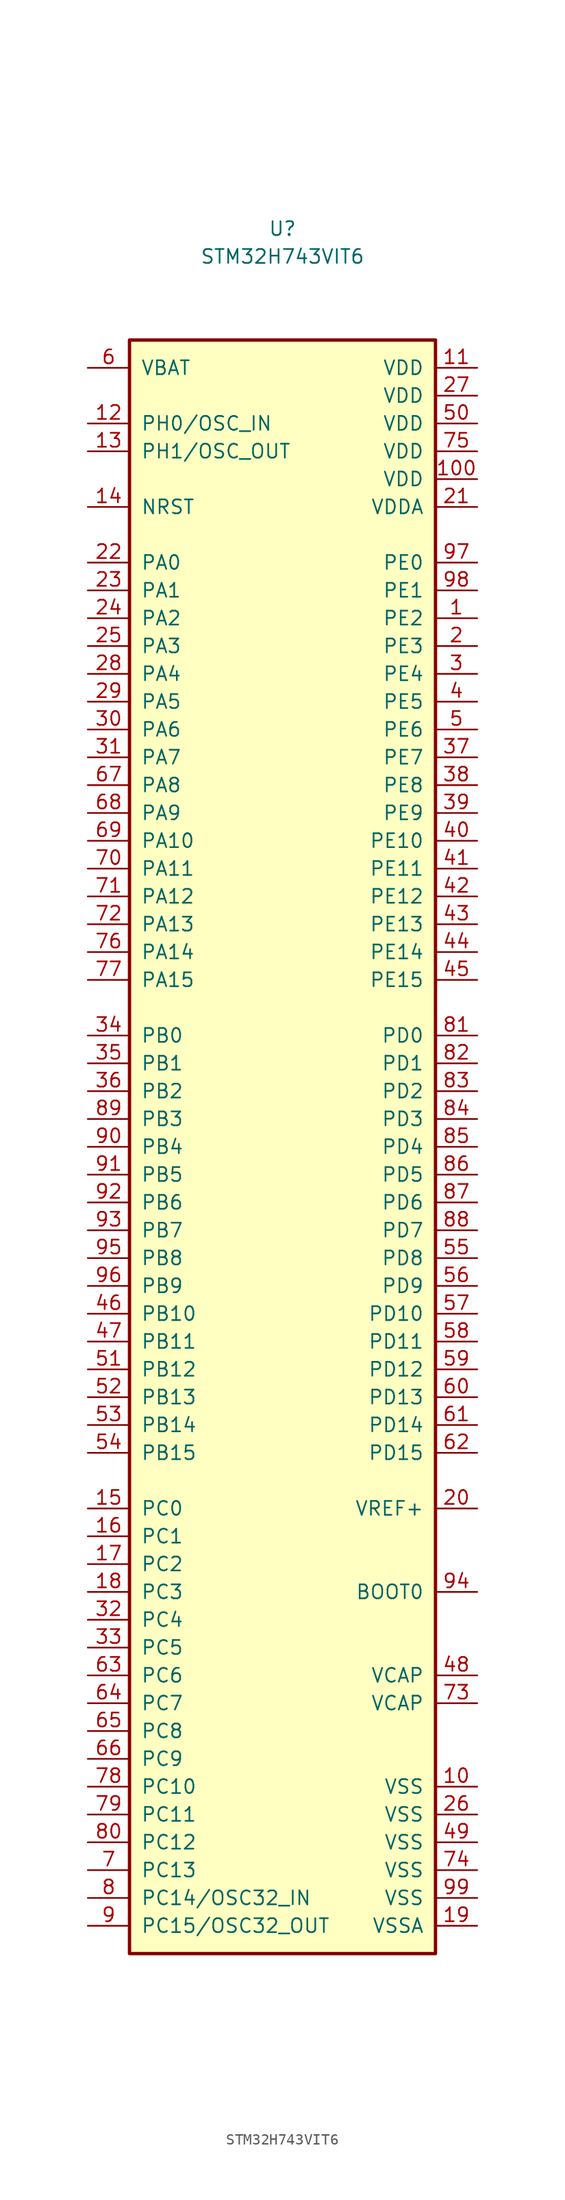
<source format=kicad_sym>
(kicad_symbol_lib
  (version 20211014)
  (generator kicad_symbol_editor)
  (symbol "STM32H743VIT6"
    (pin_names
      (offset 1.016))
    (property "Reference" "U"
      (at 0 83.82 0)
      (effects (font (size 1.27 1.27))))
    (property "Value" "STM32H743VIT6"
      (at 0 81.28 0)
      (effects (font (size 1.27 1.27))))
    (symbol "STM32H743VIT6_0_1"
      (rectangle (start -13.97 73.66) (end 13.97 -73.66) (stroke (width 0.305) (type default) (color 0 0 0 0)) (fill (type background))))
    (symbol "STM32H743VIT6_1_1"
      (pin bidirectional line (at 17.78 48.26 180) (length 3.81) (name "PE2" (effects (font (size 1.27 1.27)))) (number "1" (effects (font (size 1.27 1.27)))))
      (pin power_in line (at 17.78 -58.42 180) (length 3.81) (name "VSS" (effects (font (size 1.27 1.27)))) (number "10" (effects (font (size 1.27 1.27)))))
      (pin power_in line (at 17.78 60.96 180) (length 3.81) (name "VDD" (effects (font (size 1.27 1.27)))) (number "100" (effects (font (size 1.27 1.27)))))
      (pin power_in line (at 17.78 71.12 180) (length 3.81) (name "VDD" (effects (font (size 1.27 1.27)))) (number "11" (effects (font (size 1.27 1.27)))))
      (pin bidirectional line (at -17.78 66.04 0) (length 3.81) (name "PH0/OSC_IN" (effects (font (size 1.27 1.27)))) (number "12" (effects (font (size 1.27 1.27)))))
      (pin bidirectional line (at -17.78 63.5 0) (length 3.81) (name "PH1/OSC_OUT" (effects (font (size 1.27 1.27)))) (number "13" (effects (font (size 1.27 1.27)))))
      (pin input line (at -17.78 58.42 0) (length 3.81) (name "NRST" (effects (font (size 1.27 1.27)))) (number "14" (effects (font (size 1.27 1.27)))))
      (pin bidirectional line (at -17.78 -33.02 0) (length 3.81) (name "PC0" (effects (font (size 1.27 1.27)))) (number "15" (effects (font (size 1.27 1.27)))))
      (pin bidirectional line (at -17.78 -35.56 0) (length 3.81) (name "PC1" (effects (font (size 1.27 1.27)))) (number "16" (effects (font (size 1.27 1.27)))))
      (pin bidirectional line (at -17.78 -38.1 0) (length 3.81) (name "PC2" (effects (font (size 1.27 1.27)))) (number "17" (effects (font (size 1.27 1.27)))))
      (pin bidirectional line (at -17.78 -40.64 0) (length 3.81) (name "PC3" (effects (font (size 1.27 1.27)))) (number "18" (effects (font (size 1.27 1.27)))))
      (pin power_in line (at 17.78 -71.12 180) (length 3.81) (name "VSSA" (effects (font (size 1.27 1.27)))) (number "19" (effects (font (size 1.27 1.27)))))
      (pin bidirectional line (at 17.78 45.72 180) (length 3.81) (name "PE3" (effects (font (size 1.27 1.27)))) (number "2" (effects (font (size 1.27 1.27)))))
      (pin power_in line (at 17.78 -33.02 180) (length 3.81) (name "VREF+" (effects (font (size 1.27 1.27)))) (number "20" (effects (font (size 1.27 1.27)))))
      (pin power_in line (at 17.78 58.42 180) (length 3.81) (name "VDDA" (effects (font (size 1.27 1.27)))) (number "21" (effects (font (size 1.27 1.27)))))
      (pin bidirectional line (at -17.78 53.34 0) (length 3.81) (name "PA0" (effects (font (size 1.27 1.27)))) (number "22" (effects (font (size 1.27 1.27)))))
      (pin bidirectional line (at -17.78 50.8 0) (length 3.81) (name "PA1" (effects (font (size 1.27 1.27)))) (number "23" (effects (font (size 1.27 1.27)))))
      (pin bidirectional line (at -17.78 48.26 0) (length 3.81) (name "PA2" (effects (font (size 1.27 1.27)))) (number "24" (effects (font (size 1.27 1.27)))))
      (pin bidirectional line (at -17.78 45.72 0) (length 3.81) (name "PA3" (effects (font (size 1.27 1.27)))) (number "25" (effects (font (size 1.27 1.27)))))
      (pin power_in line (at 17.78 -60.96 180) (length 3.81) (name "VSS" (effects (font (size 1.27 1.27)))) (number "26" (effects (font (size 1.27 1.27)))))
      (pin power_in line (at 17.78 68.58 180) (length 3.81) (name "VDD" (effects (font (size 1.27 1.27)))) (number "27" (effects (font (size 1.27 1.27)))))
      (pin bidirectional line (at -17.78 43.18 0) (length 3.81) (name "PA4" (effects (font (size 1.27 1.27)))) (number "28" (effects (font (size 1.27 1.27)))))
      (pin bidirectional line (at -17.78 40.64 0) (length 3.81) (name "PA5" (effects (font (size 1.27 1.27)))) (number "29" (effects (font (size 1.27 1.27)))))
      (pin bidirectional line (at 17.78 43.18 180) (length 3.81) (name "PE4" (effects (font (size 1.27 1.27)))) (number "3" (effects (font (size 1.27 1.27)))))
      (pin bidirectional line (at -17.78 38.1 0) (length 3.81) (name "PA6" (effects (font (size 1.27 1.27)))) (number "30" (effects (font (size 1.27 1.27)))))
      (pin bidirectional line (at -17.78 35.56 0) (length 3.81) (name "PA7" (effects (font (size 1.27 1.27)))) (number "31" (effects (font (size 1.27 1.27)))))
      (pin bidirectional line (at -17.78 -43.18 0) (length 3.81) (name "PC4" (effects (font (size 1.27 1.27)))) (number "32" (effects (font (size 1.27 1.27)))))
      (pin bidirectional line (at -17.78 -45.72 0) (length 3.81) (name "PC5" (effects (font (size 1.27 1.27)))) (number "33" (effects (font (size 1.27 1.27)))))
      (pin bidirectional line (at -17.78 10.16 0) (length 3.81) (name "PB0" (effects (font (size 1.27 1.27)))) (number "34" (effects (font (size 1.27 1.27)))))
      (pin bidirectional line (at -17.78 7.62 0) (length 3.81) (name "PB1" (effects (font (size 1.27 1.27)))) (number "35" (effects (font (size 1.27 1.27)))))
      (pin bidirectional line (at -17.78 5.08 0) (length 3.81) (name "PB2" (effects (font (size 1.27 1.27)))) (number "36" (effects (font (size 1.27 1.27)))))
      (pin bidirectional line (at 17.78 35.56 180) (length 3.81) (name "PE7" (effects (font (size 1.27 1.27)))) (number "37" (effects (font (size 1.27 1.27)))))
      (pin bidirectional line (at 17.78 33.02 180) (length 3.81) (name "PE8" (effects (font (size 1.27 1.27)))) (number "38" (effects (font (size 1.27 1.27)))))
      (pin bidirectional line (at 17.78 30.48 180) (length 3.81) (name "PE9" (effects (font (size 1.27 1.27)))) (number "39" (effects (font (size 1.27 1.27)))))
      (pin bidirectional line (at 17.78 40.64 180) (length 3.81) (name "PE5" (effects (font (size 1.27 1.27)))) (number "4" (effects (font (size 1.27 1.27)))))
      (pin bidirectional line (at 17.78 27.94 180) (length 3.81) (name "PE10" (effects (font (size 1.27 1.27)))) (number "40" (effects (font (size 1.27 1.27)))))
      (pin bidirectional line (at 17.78 25.4 180) (length 3.81) (name "PE11" (effects (font (size 1.27 1.27)))) (number "41" (effects (font (size 1.27 1.27)))))
      (pin bidirectional line (at 17.78 22.86 180) (length 3.81) (name "PE12" (effects (font (size 1.27 1.27)))) (number "42" (effects (font (size 1.27 1.27)))))
      (pin bidirectional line (at 17.78 20.32 180) (length 3.81) (name "PE13" (effects (font (size 1.27 1.27)))) (number "43" (effects (font (size 1.27 1.27)))))
      (pin bidirectional line (at 17.78 17.78 180) (length 3.81) (name "PE14" (effects (font (size 1.27 1.27)))) (number "44" (effects (font (size 1.27 1.27)))))
      (pin bidirectional line (at 17.78 15.24 180) (length 3.81) (name "PE15" (effects (font (size 1.27 1.27)))) (number "45" (effects (font (size 1.27 1.27)))))
      (pin bidirectional line (at -17.78 -15.24 0) (length 3.81) (name "PB10" (effects (font (size 1.27 1.27)))) (number "46" (effects (font (size 1.27 1.27)))))
      (pin bidirectional line (at -17.78 -17.78 0) (length 3.81) (name "PB11" (effects (font (size 1.27 1.27)))) (number "47" (effects (font (size 1.27 1.27)))))
      (pin input line (at 17.78 -48.26 180) (length 3.81) (name "VCAP" (effects (font (size 1.27 1.27)))) (number "48" (effects (font (size 1.27 1.27)))))
      (pin power_in line (at 17.78 -63.5 180) (length 3.81) (name "VSS" (effects (font (size 1.27 1.27)))) (number "49" (effects (font (size 1.27 1.27)))))
      (pin bidirectional line (at 17.78 38.1 180) (length 3.81) (name "PE6" (effects (font (size 1.27 1.27)))) (number "5" (effects (font (size 1.27 1.27)))))
      (pin power_in line (at 17.78 66.04 180) (length 3.81) (name "VDD" (effects (font (size 1.27 1.27)))) (number "50" (effects (font (size 1.27 1.27)))))
      (pin bidirectional line (at -17.78 -20.32 0) (length 3.81) (name "PB12" (effects (font (size 1.27 1.27)))) (number "51" (effects (font (size 1.27 1.27)))))
      (pin bidirectional line (at -17.78 -22.86 0) (length 3.81) (name "PB13" (effects (font (size 1.27 1.27)))) (number "52" (effects (font (size 1.27 1.27)))))
      (pin bidirectional line (at -17.78 -25.4 0) (length 3.81) (name "PB14" (effects (font (size 1.27 1.27)))) (number "53" (effects (font (size 1.27 1.27)))))
      (pin bidirectional line (at -17.78 -27.94 0) (length 3.81) (name "PB15" (effects (font (size 1.27 1.27)))) (number "54" (effects (font (size 1.27 1.27)))))
      (pin bidirectional line (at 17.78 -10.16 180) (length 3.81) (name "PD8" (effects (font (size 1.27 1.27)))) (number "55" (effects (font (size 1.27 1.27)))))
      (pin bidirectional line (at 17.78 -12.7 180) (length 3.81) (name "PD9" (effects (font (size 1.27 1.27)))) (number "56" (effects (font (size 1.27 1.27)))))
      (pin bidirectional line (at 17.78 -15.24 180) (length 3.81) (name "PD10" (effects (font (size 1.27 1.27)))) (number "57" (effects (font (size 1.27 1.27)))))
      (pin bidirectional line (at 17.78 -17.78 180) (length 3.81) (name "PD11" (effects (font (size 1.27 1.27)))) (number "58" (effects (font (size 1.27 1.27)))))
      (pin bidirectional line (at 17.78 -20.32 180) (length 3.81) (name "PD12" (effects (font (size 1.27 1.27)))) (number "59" (effects (font (size 1.27 1.27)))))
      (pin power_in line (at -17.78 71.12 0) (length 3.81) (name "VBAT" (effects (font (size 1.27 1.27)))) (number "6" (effects (font (size 1.27 1.27)))))
      (pin bidirectional line (at 17.78 -22.86 180) (length 3.81) (name "PD13" (effects (font (size 1.27 1.27)))) (number "60" (effects (font (size 1.27 1.27)))))
      (pin bidirectional line (at 17.78 -25.4 180) (length 3.81) (name "PD14" (effects (font (size 1.27 1.27)))) (number "61" (effects (font (size 1.27 1.27)))))
      (pin bidirectional line (at 17.78 -27.94 180) (length 3.81) (name "PD15" (effects (font (size 1.27 1.27)))) (number "62" (effects (font (size 1.27 1.27)))))
      (pin bidirectional line (at -17.78 -48.26 0) (length 3.81) (name "PC6" (effects (font (size 1.27 1.27)))) (number "63" (effects (font (size 1.27 1.27)))))
      (pin bidirectional line (at -17.78 -50.8 0) (length 3.81) (name "PC7" (effects (font (size 1.27 1.27)))) (number "64" (effects (font (size 1.27 1.27)))))
      (pin bidirectional line (at -17.78 -53.34 0) (length 3.81) (name "PC8" (effects (font (size 1.27 1.27)))) (number "65" (effects (font (size 1.27 1.27)))))
      (pin bidirectional line (at -17.78 -55.88 0) (length 3.81) (name "PC9" (effects (font (size 1.27 1.27)))) (number "66" (effects (font (size 1.27 1.27)))))
      (pin bidirectional line (at -17.78 33.02 0) (length 3.81) (name "PA8" (effects (font (size 1.27 1.27)))) (number "67" (effects (font (size 1.27 1.27)))))
      (pin bidirectional line (at -17.78 30.48 0) (length 3.81) (name "PA9" (effects (font (size 1.27 1.27)))) (number "68" (effects (font (size 1.27 1.27)))))
      (pin bidirectional line (at -17.78 27.94 0) (length 3.81) (name "PA10" (effects (font (size 1.27 1.27)))) (number "69" (effects (font (size 1.27 1.27)))))
      (pin bidirectional line (at -17.78 -66.04 0) (length 3.81) (name "PC13" (effects (font (size 1.27 1.27)))) (number "7" (effects (font (size 1.27 1.27)))))
      (pin bidirectional line (at -17.78 25.4 0) (length 3.81) (name "PA11" (effects (font (size 1.27 1.27)))) (number "70" (effects (font (size 1.27 1.27)))))
      (pin bidirectional line (at -17.78 22.86 0) (length 3.81) (name "PA12" (effects (font (size 1.27 1.27)))) (number "71" (effects (font (size 1.27 1.27)))))
      (pin bidirectional line (at -17.78 20.32 0) (length 3.81) (name "PA13" (effects (font (size 1.27 1.27)))) (number "72" (effects (font (size 1.27 1.27)))))
      (pin input line (at 17.78 -50.8 180) (length 3.81) (name "VCAP" (effects (font (size 1.27 1.27)))) (number "73" (effects (font (size 1.27 1.27)))))
      (pin power_in line (at 17.78 -66.04 180) (length 3.81) (name "VSS" (effects (font (size 1.27 1.27)))) (number "74" (effects (font (size 1.27 1.27)))))
      (pin power_in line (at 17.78 63.5 180) (length 3.81) (name "VDD" (effects (font (size 1.27 1.27)))) (number "75" (effects (font (size 1.27 1.27)))))
      (pin bidirectional line (at -17.78 17.78 0) (length 3.81) (name "PA14" (effects (font (size 1.27 1.27)))) (number "76" (effects (font (size 1.27 1.27)))))
      (pin bidirectional line (at -17.78 15.24 0) (length 3.81) (name "PA15" (effects (font (size 1.27 1.27)))) (number "77" (effects (font (size 1.27 1.27)))))
      (pin bidirectional line (at -17.78 -58.42 0) (length 3.81) (name "PC10" (effects (font (size 1.27 1.27)))) (number "78" (effects (font (size 1.27 1.27)))))
      (pin bidirectional line (at -17.78 -60.96 0) (length 3.81) (name "PC11" (effects (font (size 1.27 1.27)))) (number "79" (effects (font (size 1.27 1.27)))))
      (pin bidirectional line (at -17.78 -68.58 0) (length 3.81) (name "PC14/OSC32_IN" (effects (font (size 1.27 1.27)))) (number "8" (effects (font (size 1.27 1.27)))))
      (pin bidirectional line (at -17.78 -63.5 0) (length 3.81) (name "PC12" (effects (font (size 1.27 1.27)))) (number "80" (effects (font (size 1.27 1.27)))))
      (pin bidirectional line (at 17.78 10.16 180) (length 3.81) (name "PD0" (effects (font (size 1.27 1.27)))) (number "81" (effects (font (size 1.27 1.27)))))
      (pin bidirectional line (at 17.78 7.62 180) (length 3.81) (name "PD1" (effects (font (size 1.27 1.27)))) (number "82" (effects (font (size 1.27 1.27)))))
      (pin bidirectional line (at 17.78 5.08 180) (length 3.81) (name "PD2" (effects (font (size 1.27 1.27)))) (number "83" (effects (font (size 1.27 1.27)))))
      (pin bidirectional line (at 17.78 2.54 180) (length 3.81) (name "PD3" (effects (font (size 1.27 1.27)))) (number "84" (effects (font (size 1.27 1.27)))))
      (pin bidirectional line (at 17.78 0 180) (length 3.81) (name "PD4" (effects (font (size 1.27 1.27)))) (number "85" (effects (font (size 1.27 1.27)))))
      (pin bidirectional line (at 17.78 -2.54 180) (length 3.81) (name "PD5" (effects (font (size 1.27 1.27)))) (number "86" (effects (font (size 1.27 1.27)))))
      (pin bidirectional line (at 17.78 -5.08 180) (length 3.81) (name "PD6" (effects (font (size 1.27 1.27)))) (number "87" (effects (font (size 1.27 1.27)))))
      (pin bidirectional line (at 17.78 -7.62 180) (length 3.81) (name "PD7" (effects (font (size 1.27 1.27)))) (number "88" (effects (font (size 1.27 1.27)))))
      (pin bidirectional line (at -17.78 2.54 0) (length 3.81) (name "PB3" (effects (font (size 1.27 1.27)))) (number "89" (effects (font (size 1.27 1.27)))))
      (pin bidirectional line (at -17.78 -71.12 0) (length 3.81) (name "PC15/OSC32_OUT" (effects (font (size 1.27 1.27)))) (number "9" (effects (font (size 1.27 1.27)))))
      (pin bidirectional line (at -17.78 0 0) (length 3.81) (name "PB4" (effects (font (size 1.27 1.27)))) (number "90" (effects (font (size 1.27 1.27)))))
      (pin bidirectional line (at -17.78 -2.54 0) (length 3.81) (name "PB5" (effects (font (size 1.27 1.27)))) (number "91" (effects (font (size 1.27 1.27)))))
      (pin bidirectional line (at -17.78 -5.08 0) (length 3.81) (name "PB6" (effects (font (size 1.27 1.27)))) (number "92" (effects (font (size 1.27 1.27)))))
      (pin bidirectional line (at -17.78 -7.62 0) (length 3.81) (name "PB7" (effects (font (size 1.27 1.27)))) (number "93" (effects (font (size 1.27 1.27)))))
      (pin input line (at 17.78 -40.64 180) (length 3.81) (name "BOOT0" (effects (font (size 1.27 1.27)))) (number "94" (effects (font (size 1.27 1.27)))))
      (pin bidirectional line (at -17.78 -10.16 0) (length 3.81) (name "PB8" (effects (font (size 1.27 1.27)))) (number "95" (effects (font (size 1.27 1.27)))))
      (pin bidirectional line (at -17.78 -12.7 0) (length 3.81) (name "PB9" (effects (font (size 1.27 1.27)))) (number "96" (effects (font (size 1.27 1.27)))))
      (pin bidirectional line (at 17.78 53.34 180) (length 3.81) (name "PE0" (effects (font (size 1.27 1.27)))) (number "97" (effects (font (size 1.27 1.27)))))
      (pin bidirectional line (at 17.78 50.8 180) (length 3.81) (name "PE1" (effects (font (size 1.27 1.27)))) (number "98" (effects (font (size 1.27 1.27)))))
      (pin power_in line (at 17.78 -68.58 180) (length 3.81) (name "VSS" (effects (font (size 1.27 1.27)))) (number "99" (effects (font (size 1.27 1.27))))))))
</source>
